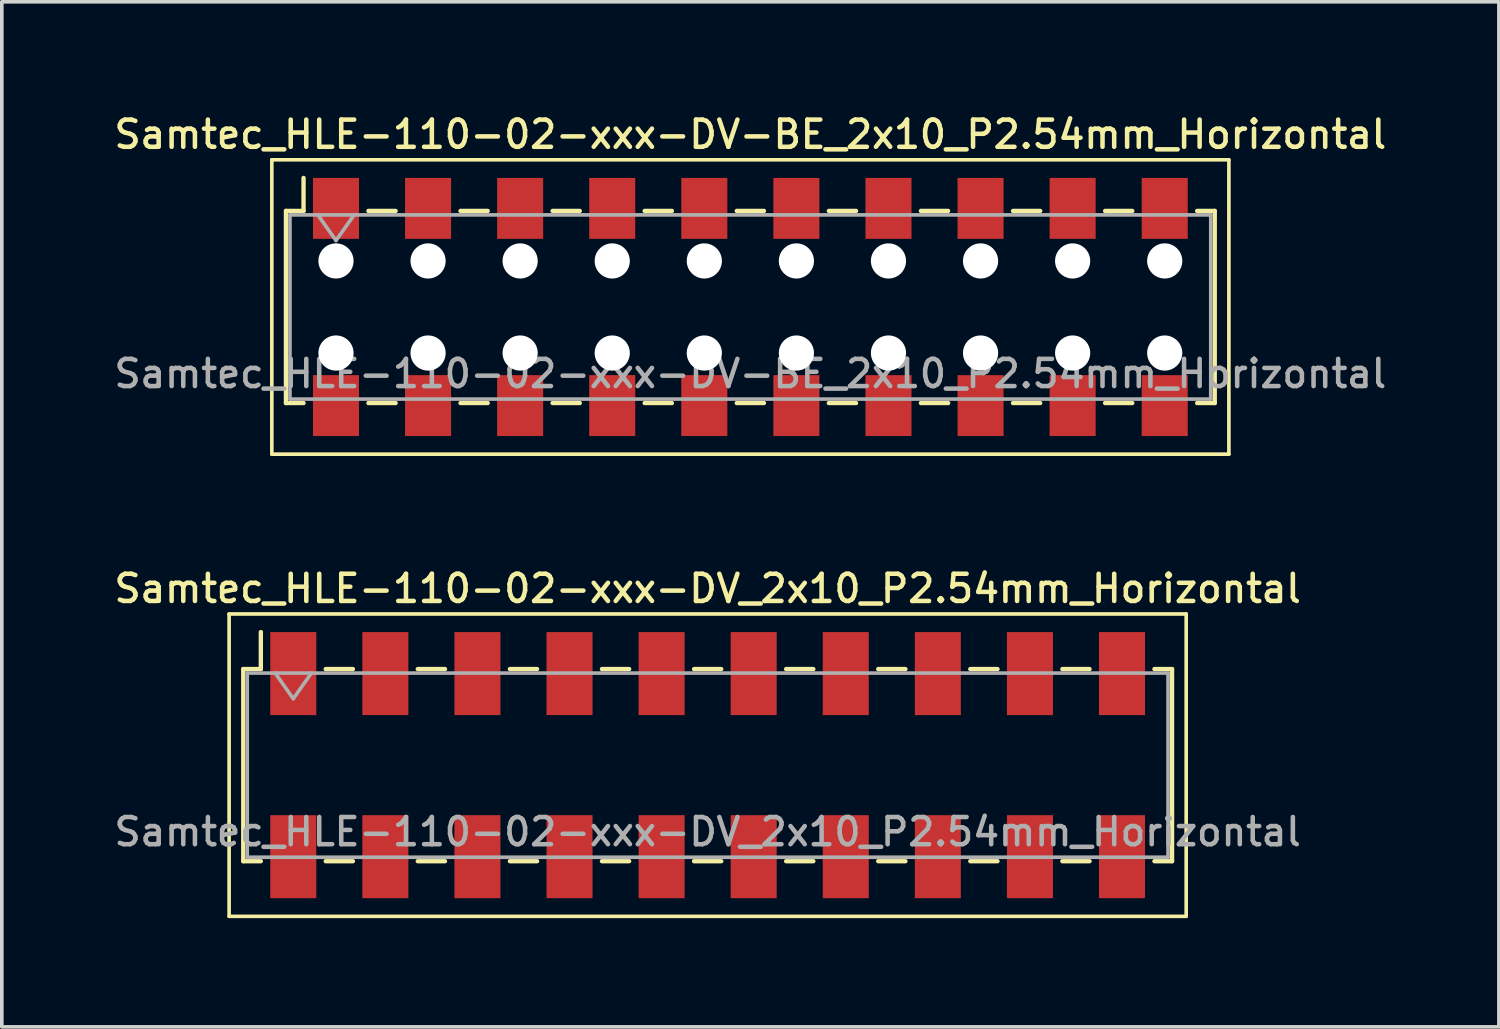
<source format=kicad_pcb>
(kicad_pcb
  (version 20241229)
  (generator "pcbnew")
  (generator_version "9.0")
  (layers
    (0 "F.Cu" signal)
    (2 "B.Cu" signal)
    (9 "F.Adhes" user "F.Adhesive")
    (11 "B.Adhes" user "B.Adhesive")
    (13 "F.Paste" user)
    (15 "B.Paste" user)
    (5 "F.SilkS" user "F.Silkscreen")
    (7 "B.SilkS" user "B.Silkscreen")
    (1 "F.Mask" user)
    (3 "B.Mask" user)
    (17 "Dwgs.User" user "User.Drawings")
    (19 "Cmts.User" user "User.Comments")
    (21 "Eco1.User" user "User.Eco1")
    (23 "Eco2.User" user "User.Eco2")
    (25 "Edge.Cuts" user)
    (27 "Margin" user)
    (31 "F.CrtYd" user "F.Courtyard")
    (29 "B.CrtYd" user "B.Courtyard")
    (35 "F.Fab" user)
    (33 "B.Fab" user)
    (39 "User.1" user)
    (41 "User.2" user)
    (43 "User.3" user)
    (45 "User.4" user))
  (footprint "Samtec_HLE-110-02-xxx-DV-BE_2x10_P2.54mm_Horizontal"
    (layer "F.Cu")
    (at 17.648 5.418)
    (property "Reference" "Samtec_HLE-110-02-xxx-DV-BE_2x10_P2.54mm_Horizontal" (at 0 -4.76 0) (layer "F.SilkS") (effects (font (size 0.75 0.75) (thickness 0.125))))
    (attr smd)
    (fp_line (start -13.2 -4.06) (end 13.2 -4.06) (stroke (width 0.1) (type solid)) (layer "F.SilkS"))
    (fp_line (start -13.2 4.06) (end -13.2 -4.06) (stroke (width 0.1) (type solid)) (layer "F.SilkS"))
    (fp_line (start -12.81 -2.65) (end -12.81 2.65) (stroke (width 0.12) (type solid)) (layer "F.SilkS"))
    (fp_line (start -12.81 2.65) (end -12.325 2.65) (stroke (width 0.12) (type solid)) (layer "F.SilkS"))
    (fp_line (start -12.325 -3.56) (end -12.325 -2.65) (stroke (width 0.12) (type solid)) (layer "F.SilkS"))
    (fp_line (start -12.325 -2.65) (end -12.81 -2.65) (stroke (width 0.12) (type solid)) (layer "F.SilkS"))
    (fp_line (start -10.535 -2.65) (end -9.785 -2.65) (stroke (width 0.12) (type solid)) (layer "F.SilkS"))
    (fp_line (start -10.535 2.65) (end -9.785 2.65) (stroke (width 0.12) (type solid)) (layer "F.SilkS"))
    (fp_line (start -7.995 -2.65) (end -7.245 -2.65) (stroke (width 0.12) (type solid)) (layer "F.SilkS"))
    (fp_line (start -7.995 2.65) (end -7.245 2.65) (stroke (width 0.12) (type solid)) (layer "F.SilkS"))
    (fp_line (start -5.455 -2.65) (end -4.705 -2.65) (stroke (width 0.12) (type solid)) (layer "F.SilkS"))
    (fp_line (start -5.455 2.65) (end -4.705 2.65) (stroke (width 0.12) (type solid)) (layer "F.SilkS"))
    (fp_line (start -2.915 -2.65) (end -2.165 -2.65) (stroke (width 0.12) (type solid)) (layer "F.SilkS"))
    (fp_line (start -2.915 2.65) (end -2.165 2.65) (stroke (width 0.12) (type solid)) (layer "F.SilkS"))
    (fp_line (start -0.375 -2.65) (end 0.375 -2.65) (stroke (width 0.12) (type solid)) (layer "F.SilkS"))
    (fp_line (start -0.375 2.65) (end 0.375 2.65) (stroke (width 0.12) (type solid)) (layer "F.SilkS"))
    (fp_line (start 2.165 -2.65) (end 2.915 -2.65) (stroke (width 0.12) (type solid)) (layer "F.SilkS"))
    (fp_line (start 2.165 2.65) (end 2.915 2.65) (stroke (width 0.12) (type solid)) (layer "F.SilkS"))
    (fp_line (start 4.705 -2.65) (end 5.455 -2.65) (stroke (width 0.12) (type solid)) (layer "F.SilkS"))
    (fp_line (start 4.705 2.65) (end 5.455 2.65) (stroke (width 0.12) (type solid)) (layer "F.SilkS"))
    (fp_line (start 7.245 -2.65) (end 7.995 -2.65) (stroke (width 0.12) (type solid)) (layer "F.SilkS"))
    (fp_line (start 7.245 2.65) (end 7.995 2.65) (stroke (width 0.12) (type solid)) (layer "F.SilkS"))
    (fp_line (start 9.785 -2.65) (end 10.535 -2.65) (stroke (width 0.12) (type solid)) (layer "F.SilkS"))
    (fp_line (start 9.785 2.65) (end 10.535 2.65) (stroke (width 0.12) (type solid)) (layer "F.SilkS"))
    (fp_line (start 12.325 -2.65) (end 12.81 -2.65) (stroke (width 0.12) (type solid)) (layer "F.SilkS"))
    (fp_line (start 12.81 -2.65) (end 12.81 2.65) (stroke (width 0.12) (type solid)) (layer "F.SilkS"))
    (fp_line (start 12.81 2.65) (end 12.325 2.65) (stroke (width 0.12) (type solid)) (layer "F.SilkS"))
    (fp_line (start 13.2 -4.06) (end 13.2 4.06) (stroke (width 0.1) (type solid)) (layer "F.SilkS"))
    (fp_line (start 13.2 4.06) (end -13.2 4.06) (stroke (width 0.1) (type solid)) (layer "F.SilkS"))
    (fp_line (start -12.7 -2.54) (end 12.7 -2.54) (stroke (width 0.1) (type solid)) (layer "F.Fab"))
    (fp_line (start -12.7 2.54) (end -12.7 -2.54) (stroke (width 0.1) (type solid)) (layer "F.Fab"))
    (fp_line (start -11.93 -2.54) (end -11.43 -1.833) (stroke (width 0.1) (type solid)) (layer "F.Fab"))
    (fp_line (start -11.43 -1.833) (end -10.93 -2.54) (stroke (width 0.1) (type solid)) (layer "F.Fab"))
    (fp_line (start 12.7 -2.54) (end 12.7 2.54) (stroke (width 0.1) (type solid)) (layer "F.Fab"))
    (fp_line (start 12.7 2.54) (end -12.7 2.54) (stroke (width 0.1) (type solid)) (layer "F.Fab"))
    (fp_text user "${REFERENCE}" (at 0 1.84 0) (layer "F.Fab") (effects (font (size 0.75 0.75) (thickness 0.125))))
    (pad "" np_thru_hole circle (at -11.43 -1.27) (size 0.97 0.97) (drill 0.97) (layers "*.Cu" "*.Mask"))
    (pad "" np_thru_hole circle (at -11.43 1.27) (size 0.97 0.97) (drill 0.97) (layers "*.Cu" "*.Mask"))
    (pad "" np_thru_hole circle (at -8.89 -1.27) (size 0.97 0.97) (drill 0.97) (layers "*.Cu" "*.Mask"))
    (pad "" np_thru_hole circle (at -8.89 1.27) (size 0.97 0.97) (drill 0.97) (layers "*.Cu" "*.Mask"))
    (pad "" np_thru_hole circle (at -6.35 -1.27) (size 0.97 0.97) (drill 0.97) (layers "*.Cu" "*.Mask"))
    (pad "" np_thru_hole circle (at -6.35 1.27) (size 0.97 0.97) (drill 0.97) (layers "*.Cu" "*.Mask"))
    (pad "" np_thru_hole circle (at -3.81 -1.27) (size 0.97 0.97) (drill 0.97) (layers "*.Cu" "*.Mask"))
    (pad "" np_thru_hole circle (at -3.81 1.27) (size 0.97 0.97) (drill 0.97) (layers "*.Cu" "*.Mask"))
    (pad "" np_thru_hole circle (at -1.27 -1.27) (size 0.97 0.97) (drill 0.97) (layers "*.Cu" "*.Mask"))
    (pad "" np_thru_hole circle (at -1.27 1.27) (size 0.97 0.97) (drill 0.97) (layers "*.Cu" "*.Mask"))
    (pad "" np_thru_hole circle (at 1.27 -1.27) (size 0.97 0.97) (drill 0.97) (layers "*.Cu" "*.Mask"))
    (pad "" np_thru_hole circle (at 1.27 1.27) (size 0.97 0.97) (drill 0.97) (layers "*.Cu" "*.Mask"))
    (pad "" np_thru_hole circle (at 3.81 -1.27) (size 0.97 0.97) (drill 0.97) (layers "*.Cu" "*.Mask"))
    (pad "" np_thru_hole circle (at 3.81 1.27) (size 0.97 0.97) (drill 0.97) (layers "*.Cu" "*.Mask"))
    (pad "" np_thru_hole circle (at 6.35 -1.27) (size 0.97 0.97) (drill 0.97) (layers "*.Cu" "*.Mask"))
    (pad "" np_thru_hole circle (at 6.35 1.27) (size 0.97 0.97) (drill 0.97) (layers "*.Cu" "*.Mask"))
    (pad "" np_thru_hole circle (at 8.89 -1.27) (size 0.97 0.97) (drill 0.97) (layers "*.Cu" "*.Mask"))
    (pad "" np_thru_hole circle (at 8.89 1.27) (size 0.97 0.97) (drill 0.97) (layers "*.Cu" "*.Mask"))
    (pad "" np_thru_hole circle (at 11.43 -1.27) (size 0.97 0.97) (drill 0.97) (layers "*.Cu" "*.Mask"))
    (pad "" np_thru_hole circle (at 11.43 1.27) (size 0.97 0.97) (drill 0.97) (layers "*.Cu" "*.Mask"))
    (pad "1" smd rect (at -11.43 -2.72) (size 1.27 1.68) (layers "F.Cu" "F.Mask" "F.Paste"))
    (pad "2" smd rect (at -11.43 2.72) (size 1.27 1.68) (layers "F.Cu" "F.Mask" "F.Paste"))
    (pad "3" smd rect (at -8.89 -2.72) (size 1.27 1.68) (layers "F.Cu" "F.Mask" "F.Paste"))
    (pad "4" smd rect (at -8.89 2.72) (size 1.27 1.68) (layers "F.Cu" "F.Mask" "F.Paste"))
    (pad "5" smd rect (at -6.35 -2.72) (size 1.27 1.68) (layers "F.Cu" "F.Mask" "F.Paste"))
    (pad "6" smd rect (at -6.35 2.72) (size 1.27 1.68) (layers "F.Cu" "F.Mask" "F.Paste"))
    (pad "7" smd rect (at -3.81 -2.72) (size 1.27 1.68) (layers "F.Cu" "F.Mask" "F.Paste"))
    (pad "8" smd rect (at -3.81 2.72) (size 1.27 1.68) (layers "F.Cu" "F.Mask" "F.Paste"))
    (pad "9" smd rect (at -1.27 -2.72) (size 1.27 1.68) (layers "F.Cu" "F.Mask" "F.Paste"))
    (pad "10" smd rect (at -1.27 2.72) (size 1.27 1.68) (layers "F.Cu" "F.Mask" "F.Paste"))
    (pad "11" smd rect (at 1.27 -2.72) (size 1.27 1.68) (layers "F.Cu" "F.Mask" "F.Paste"))
    (pad "12" smd rect (at 1.27 2.72) (size 1.27 1.68) (layers "F.Cu" "F.Mask" "F.Paste"))
    (pad "13" smd rect (at 3.81 -2.72) (size 1.27 1.68) (layers "F.Cu" "F.Mask" "F.Paste"))
    (pad "14" smd rect (at 3.81 2.72) (size 1.27 1.68) (layers "F.Cu" "F.Mask" "F.Paste"))
    (pad "15" smd rect (at 6.35 -2.72) (size 1.27 1.68) (layers "F.Cu" "F.Mask" "F.Paste"))
    (pad "16" smd rect (at 6.35 2.72) (size 1.27 1.68) (layers "F.Cu" "F.Mask" "F.Paste"))
    (pad "17" smd rect (at 8.89 -2.72) (size 1.27 1.68) (layers "F.Cu" "F.Mask" "F.Paste"))
    (pad "18" smd rect (at 8.89 2.72) (size 1.27 1.68) (layers "F.Cu" "F.Mask" "F.Paste"))
    (pad "19" smd rect (at 11.43 -2.72) (size 1.27 1.68) (layers "F.Cu" "F.Mask" "F.Paste"))
    (pad "20" smd rect (at 11.43 2.72) (size 1.27 1.68) (layers "F.Cu" "F.Mask" "F.Paste")))
  (footprint "Samtec_HLE-110-02-xxx-DV_2x10_P2.54mm_Horizontal"
    (layer "F.Cu")
    (at 16.47 18.056)
    (property "Reference" "Samtec_HLE-110-02-xxx-DV_2x10_P2.54mm_Horizontal" (at 0 -4.87 0) (layer "F.SilkS") (effects (font (size 0.75 0.75) (thickness 0.125))))
    (attr smd)
    (fp_line (start -13.2 -4.17) (end 13.2 -4.17) (stroke (width 0.1) (type solid)) (layer "F.SilkS"))
    (fp_line (start -13.2 4.17) (end -13.2 -4.17) (stroke (width 0.1) (type solid)) (layer "F.SilkS"))
    (fp_line (start -12.81 -2.65) (end -12.81 2.65) (stroke (width 0.12) (type solid)) (layer "F.SilkS"))
    (fp_line (start -12.81 2.65) (end -12.325 2.65) (stroke (width 0.12) (type solid)) (layer "F.SilkS"))
    (fp_line (start -12.325 -3.67) (end -12.325 -2.65) (stroke (width 0.12) (type solid)) (layer "F.SilkS"))
    (fp_line (start -12.325 -2.65) (end -12.81 -2.65) (stroke (width 0.12) (type solid)) (layer "F.SilkS"))
    (fp_line (start -10.535 -2.65) (end -9.785 -2.65) (stroke (width 0.12) (type solid)) (layer "F.SilkS"))
    (fp_line (start -10.535 2.65) (end -9.785 2.65) (stroke (width 0.12) (type solid)) (layer "F.SilkS"))
    (fp_line (start -7.995 -2.65) (end -7.245 -2.65) (stroke (width 0.12) (type solid)) (layer "F.SilkS"))
    (fp_line (start -7.995 2.65) (end -7.245 2.65) (stroke (width 0.12) (type solid)) (layer "F.SilkS"))
    (fp_line (start -5.455 -2.65) (end -4.705 -2.65) (stroke (width 0.12) (type solid)) (layer "F.SilkS"))
    (fp_line (start -5.455 2.65) (end -4.705 2.65) (stroke (width 0.12) (type solid)) (layer "F.SilkS"))
    (fp_line (start -2.915 -2.65) (end -2.165 -2.65) (stroke (width 0.12) (type solid)) (layer "F.SilkS"))
    (fp_line (start -2.915 2.65) (end -2.165 2.65) (stroke (width 0.12) (type solid)) (layer "F.SilkS"))
    (fp_line (start -0.375 -2.65) (end 0.375 -2.65) (stroke (width 0.12) (type solid)) (layer "F.SilkS"))
    (fp_line (start -0.375 2.65) (end 0.375 2.65) (stroke (width 0.12) (type solid)) (layer "F.SilkS"))
    (fp_line (start 2.165 -2.65) (end 2.915 -2.65) (stroke (width 0.12) (type solid)) (layer "F.SilkS"))
    (fp_line (start 2.165 2.65) (end 2.915 2.65) (stroke (width 0.12) (type solid)) (layer "F.SilkS"))
    (fp_line (start 4.705 -2.65) (end 5.455 -2.65) (stroke (width 0.12) (type solid)) (layer "F.SilkS"))
    (fp_line (start 4.705 2.65) (end 5.455 2.65) (stroke (width 0.12) (type solid)) (layer "F.SilkS"))
    (fp_line (start 7.245 -2.65) (end 7.995 -2.65) (stroke (width 0.12) (type solid)) (layer "F.SilkS"))
    (fp_line (start 7.245 2.65) (end 7.995 2.65) (stroke (width 0.12) (type solid)) (layer "F.SilkS"))
    (fp_line (start 9.785 -2.65) (end 10.535 -2.65) (stroke (width 0.12) (type solid)) (layer "F.SilkS"))
    (fp_line (start 9.785 2.65) (end 10.535 2.65) (stroke (width 0.12) (type solid)) (layer "F.SilkS"))
    (fp_line (start 12.325 -2.65) (end 12.81 -2.65) (stroke (width 0.12) (type solid)) (layer "F.SilkS"))
    (fp_line (start 12.81 -2.65) (end 12.81 2.65) (stroke (width 0.12) (type solid)) (layer "F.SilkS"))
    (fp_line (start 12.81 2.65) (end 12.325 2.65) (stroke (width 0.12) (type solid)) (layer "F.SilkS"))
    (fp_line (start 13.2 -4.17) (end 13.2 4.17) (stroke (width 0.1) (type solid)) (layer "F.SilkS"))
    (fp_line (start 13.2 4.17) (end -13.2 4.17) (stroke (width 0.1) (type solid)) (layer "F.SilkS"))
    (fp_line (start -12.7 -2.54) (end 12.7 -2.54) (stroke (width 0.1) (type solid)) (layer "F.Fab"))
    (fp_line (start -12.7 2.54) (end -12.7 -2.54) (stroke (width 0.1) (type solid)) (layer "F.Fab"))
    (fp_line (start -11.93 -2.54) (end -11.43 -1.833) (stroke (width 0.1) (type solid)) (layer "F.Fab"))
    (fp_line (start -11.43 -1.833) (end -10.93 -2.54) (stroke (width 0.1) (type solid)) (layer "F.Fab"))
    (fp_line (start 12.7 -2.54) (end 12.7 2.54) (stroke (width 0.1) (type solid)) (layer "F.Fab"))
    (fp_line (start 12.7 2.54) (end -12.7 2.54) (stroke (width 0.1) (type solid)) (layer "F.Fab"))
    (fp_text user "${REFERENCE}" (at 0 1.84 0) (layer "F.Fab") (effects (font (size 0.75 0.75) (thickness 0.125))))
    (pad "1" smd rect (at -11.43 -2.525) (size 1.27 2.29) (layers "F.Cu" "F.Mask" "F.Paste"))
    (pad "2" smd rect (at -11.43 2.525) (size 1.27 2.29) (layers "F.Cu" "F.Mask" "F.Paste"))
    (pad "3" smd rect (at -8.89 -2.525) (size 1.27 2.29) (layers "F.Cu" "F.Mask" "F.Paste"))
    (pad "4" smd rect (at -8.89 2.525) (size 1.27 2.29) (layers "F.Cu" "F.Mask" "F.Paste"))
    (pad "5" smd rect (at -6.35 -2.525) (size 1.27 2.29) (layers "F.Cu" "F.Mask" "F.Paste"))
    (pad "6" smd rect (at -6.35 2.525) (size 1.27 2.29) (layers "F.Cu" "F.Mask" "F.Paste"))
    (pad "7" smd rect (at -3.81 -2.525) (size 1.27 2.29) (layers "F.Cu" "F.Mask" "F.Paste"))
    (pad "8" smd rect (at -3.81 2.525) (size 1.27 2.29) (layers "F.Cu" "F.Mask" "F.Paste"))
    (pad "9" smd rect (at -1.27 -2.525) (size 1.27 2.29) (layers "F.Cu" "F.Mask" "F.Paste"))
    (pad "10" smd rect (at -1.27 2.525) (size 1.27 2.29) (layers "F.Cu" "F.Mask" "F.Paste"))
    (pad "11" smd rect (at 1.27 -2.525) (size 1.27 2.29) (layers "F.Cu" "F.Mask" "F.Paste"))
    (pad "12" smd rect (at 1.27 2.525) (size 1.27 2.29) (layers "F.Cu" "F.Mask" "F.Paste"))
    (pad "13" smd rect (at 3.81 -2.525) (size 1.27 2.29) (layers "F.Cu" "F.Mask" "F.Paste"))
    (pad "14" smd rect (at 3.81 2.525) (size 1.27 2.29) (layers "F.Cu" "F.Mask" "F.Paste"))
    (pad "15" smd rect (at 6.35 -2.525) (size 1.27 2.29) (layers "F.Cu" "F.Mask" "F.Paste"))
    (pad "16" smd rect (at 6.35 2.525) (size 1.27 2.29) (layers "F.Cu" "F.Mask" "F.Paste"))
    (pad "17" smd rect (at 8.89 -2.525) (size 1.27 2.29) (layers "F.Cu" "F.Mask" "F.Paste"))
    (pad "18" smd rect (at 8.89 2.525) (size 1.27 2.29) (layers "F.Cu" "F.Mask" "F.Paste"))
    (pad "19" smd rect (at 11.43 -2.525) (size 1.27 2.29) (layers "F.Cu" "F.Mask" "F.Paste"))
    (pad "20" smd rect (at 11.43 2.525) (size 1.27 2.29) (layers "F.Cu" "F.Mask" "F.Paste")))
  (gr_rect
    (start -3 -3)
    (end 38.296 25.276)
    (stroke (width 0.1) (type default))
    (fill no)
    (layer "Edge.Cuts")))
</source>
